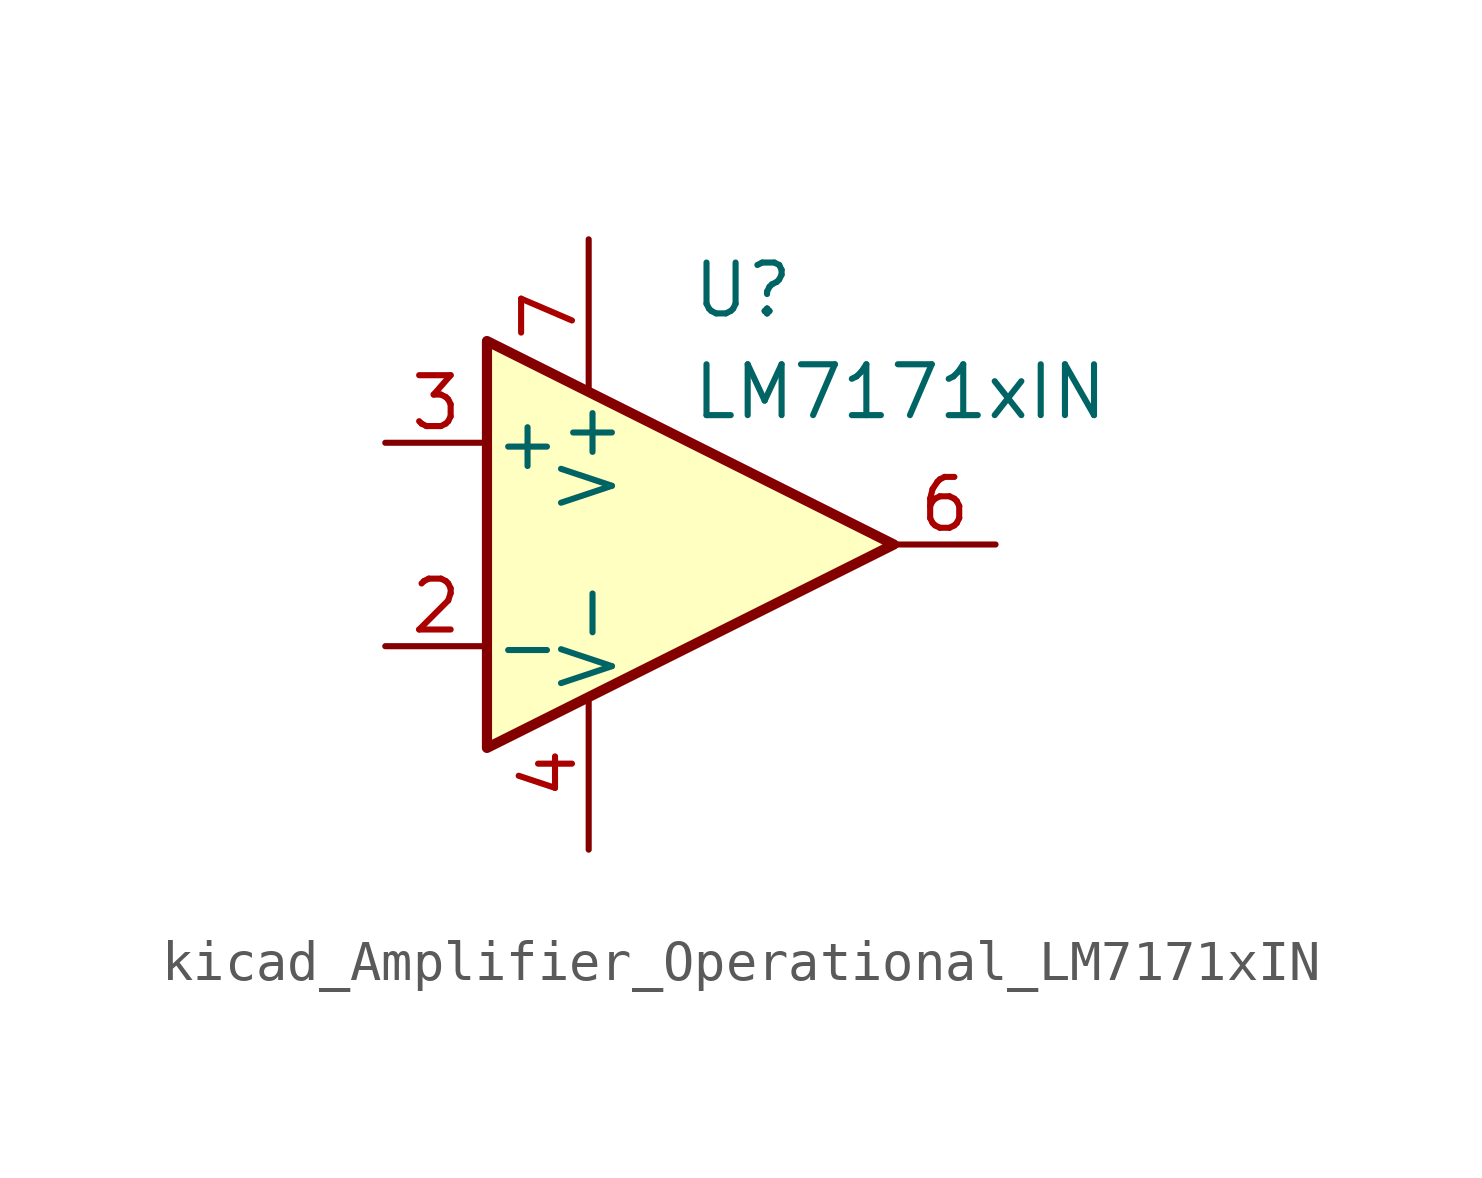
<source format=kicad_sym>
(kicad_symbol_lib
  (version 20220914)
  (generator kicad_symbol_editor)
  (symbol "kicad_Amplifier_Operational_LM7171xIN"
    (pin_names
      (offset 0.127))
    (property "Reference" "U"
      (at 0 6.35 0)
      (effects (font (size 1.27 1.27)) (justify left)))
    (property "Value" "LM7171xIN"
      (at 0 3.81 0)
      (effects (font (size 1.27 1.27)) (justify left)))
    (symbol "kicad_Amplifier_Operational_LM7171xIN_1_1"
      (polyline (pts (xy -5.08 5.08) (xy 5.08 0) (xy -5.08 -5.08) (xy -5.08 5.08)) (stroke (width 0.254) (type default)) (fill (type background)))
      (pin no_connect line (at 0 2.54 270) (length 5.08) hide (name "NC" (effects (font (size 1.27 1.27)))) (number "1" (effects (font (size 1.27 1.27)))))
      (pin input line (at -7.62 -2.54 0) (length 2.54) (name "-" (effects (font (size 1.27 1.27)))) (number "2" (effects (font (size 1.27 1.27)))))
      (pin input line (at -7.62 2.54 0) (length 2.54) (name "+" (effects (font (size 1.27 1.27)))) (number "3" (effects (font (size 1.27 1.27)))))
      (pin power_in line (at -2.54 -7.62 90) (length 3.81) (name "V-" (effects (font (size 1.27 1.27)))) (number "4" (effects (font (size 1.27 1.27)))))
      (pin no_connect line (at 0 -2.54 90) (length 5.08) hide (name "NC" (effects (font (size 1.27 1.27)))) (number "5" (effects (font (size 1.27 1.27)))))
      (pin output line (at 7.62 0 180) (length 2.54) (name "~" (effects (font (size 1.27 1.27)))) (number "6" (effects (font (size 1.27 1.27)))))
      (pin power_in line (at -2.54 7.62 270) (length 3.81) (name "V+" (effects (font (size 1.27 1.27)))) (number "7" (effects (font (size 1.27 1.27)))))
      (pin no_connect line (at 2.54 -1.27 90) (length 6.35) hide (name "NC" (effects (font (size 1.27 1.27)))) (number "8" (effects (font (size 1.27 1.27))))))))
</source>
